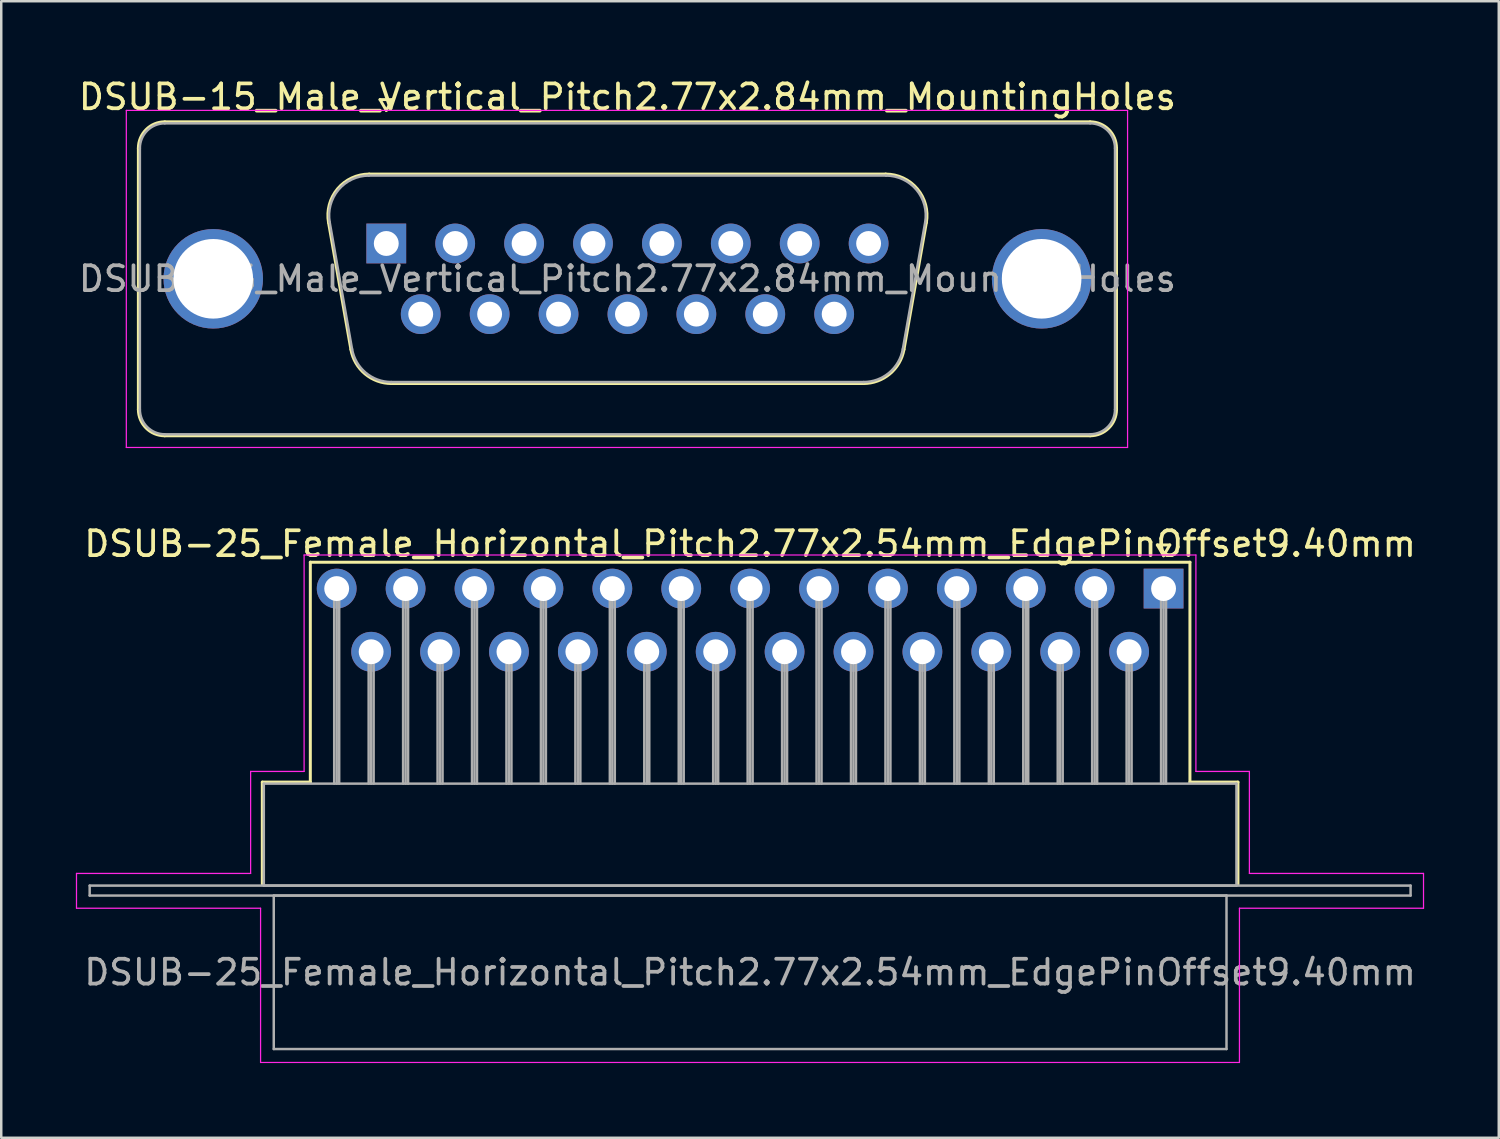
<source format=kicad_pcb>
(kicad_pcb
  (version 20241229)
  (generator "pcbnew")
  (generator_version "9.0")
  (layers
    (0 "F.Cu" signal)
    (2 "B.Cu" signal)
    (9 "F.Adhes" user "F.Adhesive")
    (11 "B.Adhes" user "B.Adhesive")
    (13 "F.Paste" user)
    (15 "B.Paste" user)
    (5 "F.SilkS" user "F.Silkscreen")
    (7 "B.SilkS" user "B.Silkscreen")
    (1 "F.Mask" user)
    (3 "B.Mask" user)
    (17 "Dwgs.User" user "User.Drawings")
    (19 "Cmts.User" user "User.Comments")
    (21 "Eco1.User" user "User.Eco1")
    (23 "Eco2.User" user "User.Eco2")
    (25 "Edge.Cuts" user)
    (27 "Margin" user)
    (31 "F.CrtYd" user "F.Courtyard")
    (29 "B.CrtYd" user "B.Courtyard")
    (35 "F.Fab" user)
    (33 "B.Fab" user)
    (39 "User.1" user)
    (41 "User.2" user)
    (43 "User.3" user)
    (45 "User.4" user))
  (footprint "DSUB-25_Female_Horizontal_Pitch2.77x2.54mm_EdgePinOffset9.40mm"
    (layer "F.Cu")
    (at 43.725 20.611)
    (property "Reference" "DSUB-25_Female_Horizontal_Pitch2.77x2.54mm_EdgePinOffset9.40mm" (at -16.62 -1.8 0) (layer "F.SilkS") (effects (font (size 1 1) (thickness 0.15))))
    (attr through_hole)
    (fp_line (start -36.23 7.78) (end -34.3 7.78) (stroke (width 0.12) (type solid)) (layer "F.SilkS"))
    (fp_line (start -36.23 11.88) (end -36.23 7.78) (stroke (width 0.12) (type solid)) (layer "F.SilkS"))
    (fp_line (start -34.3 -1.06) (end 1.06 -1.06) (stroke (width 0.12) (type solid)) (layer "F.SilkS"))
    (fp_line (start -34.3 7.78) (end -34.3 -1.06) (stroke (width 0.12) (type solid)) (layer "F.SilkS"))
    (fp_line (start -0.25 -1.754) (end 0.25 -1.754) (stroke (width 0.12) (type solid)) (layer "F.SilkS"))
    (fp_line (start 0 -1.321) (end -0.25 -1.754) (stroke (width 0.12) (type solid)) (layer "F.SilkS"))
    (fp_line (start 0.25 -1.754) (end 0 -1.321) (stroke (width 0.12) (type solid)) (layer "F.SilkS"))
    (fp_line (start 1.06 -1.06) (end 1.06 7.78) (stroke (width 0.12) (type solid)) (layer "F.SilkS"))
    (fp_line (start 1.06 7.78) (end 2.99 7.78) (stroke (width 0.12) (type solid)) (layer "F.SilkS"))
    (fp_line (start 2.99 7.78) (end 2.99 11.88) (stroke (width 0.12) (type solid)) (layer "F.SilkS"))
    (fp_line (start -43.7 11.45) (end -36.7 11.45) (stroke (width 0.05) (type solid)) (layer "F.CrtYd"))
    (fp_line (start -43.7 12.85) (end -43.7 11.45) (stroke (width 0.05) (type solid)) (layer "F.CrtYd"))
    (fp_line (start -36.7 7.35) (end -34.55 7.35) (stroke (width 0.05) (type solid)) (layer "F.CrtYd"))
    (fp_line (start -36.7 11.45) (end -36.7 7.35) (stroke (width 0.05) (type solid)) (layer "F.CrtYd"))
    (fp_line (start -36.3 12.85) (end -43.7 12.85) (stroke (width 0.05) (type solid)) (layer "F.CrtYd"))
    (fp_line (start -36.3 19.05) (end -36.3 12.85) (stroke (width 0.05) (type solid)) (layer "F.CrtYd"))
    (fp_line (start -34.55 -1.35) (end 1.3 -1.35) (stroke (width 0.05) (type solid)) (layer "F.CrtYd"))
    (fp_line (start -34.55 7.35) (end -34.55 -1.35) (stroke (width 0.05) (type solid)) (layer "F.CrtYd"))
    (fp_line (start 1.3 -1.35) (end 1.3 7.35) (stroke (width 0.05) (type solid)) (layer "F.CrtYd"))
    (fp_line (start 1.3 7.35) (end 3.45 7.35) (stroke (width 0.05) (type solid)) (layer "F.CrtYd"))
    (fp_line (start 3.05 12.85) (end 3.05 19.05) (stroke (width 0.05) (type solid)) (layer "F.CrtYd"))
    (fp_line (start 3.05 19.05) (end -36.3 19.05) (stroke (width 0.05) (type solid)) (layer "F.CrtYd"))
    (fp_line (start 3.45 7.35) (end 3.45 11.45) (stroke (width 0.05) (type solid)) (layer "F.CrtYd"))
    (fp_line (start 3.45 11.45) (end 10.45 11.45) (stroke (width 0.05) (type solid)) (layer "F.CrtYd"))
    (fp_line (start 10.45 11.45) (end 10.45 12.85) (stroke (width 0.05) (type solid)) (layer "F.CrtYd"))
    (fp_line (start 10.45 12.85) (end 3.05 12.85) (stroke (width 0.05) (type solid)) (layer "F.CrtYd"))
    (fp_line (start -43.17 11.94) (end -43.17 12.34) (stroke (width 0.1) (type solid)) (layer "F.Fab"))
    (fp_line (start -43.17 12.34) (end 9.93 12.34) (stroke (width 0.1) (type solid)) (layer "F.Fab"))
    (fp_line (start -36.17 7.84) (end -36.17 11.94) (stroke (width 0.1) (type solid)) (layer "F.Fab"))
    (fp_line (start -36.17 11.94) (end 2.93 11.94) (stroke (width 0.1) (type solid)) (layer "F.Fab"))
    (fp_line (start -35.77 12.34) (end -35.77 18.51) (stroke (width 0.1) (type solid)) (layer "F.Fab"))
    (fp_line (start -35.77 18.51) (end 2.53 18.51) (stroke (width 0.1) (type solid)) (layer "F.Fab"))
    (fp_line (start -33.34 0) (end -33.34 7.84) (stroke (width 0.1) (type solid)) (layer "F.Fab"))
    (fp_line (start -33.24 0) (end -33.24 7.84) (stroke (width 0.1) (type solid)) (layer "F.Fab"))
    (fp_line (start -33.14 0) (end -33.14 7.84) (stroke (width 0.1) (type solid)) (layer "F.Fab"))
    (fp_line (start -31.955 2.54) (end -31.955 7.84) (stroke (width 0.1) (type solid)) (layer "F.Fab"))
    (fp_line (start -31.855 2.54) (end -31.855 7.84) (stroke (width 0.1) (type solid)) (layer "F.Fab"))
    (fp_line (start -31.755 2.54) (end -31.755 7.84) (stroke (width 0.1) (type solid)) (layer "F.Fab"))
    (fp_line (start -30.57 0) (end -30.57 7.84) (stroke (width 0.1) (type solid)) (layer "F.Fab"))
    (fp_line (start -30.47 0) (end -30.47 7.84) (stroke (width 0.1) (type solid)) (layer "F.Fab"))
    (fp_line (start -30.37 0) (end -30.37 7.84) (stroke (width 0.1) (type solid)) (layer "F.Fab"))
    (fp_line (start -29.185 2.54) (end -29.185 7.84) (stroke (width 0.1) (type solid)) (layer "F.Fab"))
    (fp_line (start -29.085 2.54) (end -29.085 7.84) (stroke (width 0.1) (type solid)) (layer "F.Fab"))
    (fp_line (start -28.985 2.54) (end -28.985 7.84) (stroke (width 0.1) (type solid)) (layer "F.Fab"))
    (fp_line (start -27.8 0) (end -27.8 7.84) (stroke (width 0.1) (type solid)) (layer "F.Fab"))
    (fp_line (start -27.7 0) (end -27.7 7.84) (stroke (width 0.1) (type solid)) (layer "F.Fab"))
    (fp_line (start -27.6 0) (end -27.6 7.84) (stroke (width 0.1) (type solid)) (layer "F.Fab"))
    (fp_line (start -26.415 2.54) (end -26.415 7.84) (stroke (width 0.1) (type solid)) (layer "F.Fab"))
    (fp_line (start -26.315 2.54) (end -26.315 7.84) (stroke (width 0.1) (type solid)) (layer "F.Fab"))
    (fp_line (start -26.215 2.54) (end -26.215 7.84) (stroke (width 0.1) (type solid)) (layer "F.Fab"))
    (fp_line (start -25.03 0) (end -25.03 7.84) (stroke (width 0.1) (type solid)) (layer "F.Fab"))
    (fp_line (start -24.93 0) (end -24.93 7.84) (stroke (width 0.1) (type solid)) (layer "F.Fab"))
    (fp_line (start -24.83 0) (end -24.83 7.84) (stroke (width 0.1) (type solid)) (layer "F.Fab"))
    (fp_line (start -23.645 2.54) (end -23.645 7.84) (stroke (width 0.1) (type solid)) (layer "F.Fab"))
    (fp_line (start -23.545 2.54) (end -23.545 7.84) (stroke (width 0.1) (type solid)) (layer "F.Fab"))
    (fp_line (start -23.445 2.54) (end -23.445 7.84) (stroke (width 0.1) (type solid)) (layer "F.Fab"))
    (fp_line (start -22.26 0) (end -22.26 7.84) (stroke (width 0.1) (type solid)) (layer "F.Fab"))
    (fp_line (start -22.16 0) (end -22.16 7.84) (stroke (width 0.1) (type solid)) (layer "F.Fab"))
    (fp_line (start -22.06 0) (end -22.06 7.84) (stroke (width 0.1) (type solid)) (layer "F.Fab"))
    (fp_line (start -20.875 2.54) (end -20.875 7.84) (stroke (width 0.1) (type solid)) (layer "F.Fab"))
    (fp_line (start -20.775 2.54) (end -20.775 7.84) (stroke (width 0.1) (type solid)) (layer "F.Fab"))
    (fp_line (start -20.675 2.54) (end -20.675 7.84) (stroke (width 0.1) (type solid)) (layer "F.Fab"))
    (fp_line (start -19.49 0) (end -19.49 7.84) (stroke (width 0.1) (type solid)) (layer "F.Fab"))
    (fp_line (start -19.39 0) (end -19.39 7.84) (stroke (width 0.1) (type solid)) (layer "F.Fab"))
    (fp_line (start -19.29 0) (end -19.29 7.84) (stroke (width 0.1) (type solid)) (layer "F.Fab"))
    (fp_line (start -18.105 2.54) (end -18.105 7.84) (stroke (width 0.1) (type solid)) (layer "F.Fab"))
    (fp_line (start -18.005 2.54) (end -18.005 7.84) (stroke (width 0.1) (type solid)) (layer "F.Fab"))
    (fp_line (start -17.905 2.54) (end -17.905 7.84) (stroke (width 0.1) (type solid)) (layer "F.Fab"))
    (fp_line (start -16.72 0) (end -16.72 7.84) (stroke (width 0.1) (type solid)) (layer "F.Fab"))
    (fp_line (start -16.62 0) (end -16.62 7.84) (stroke (width 0.1) (type solid)) (layer "F.Fab"))
    (fp_line (start -16.52 0) (end -16.52 7.84) (stroke (width 0.1) (type solid)) (layer "F.Fab"))
    (fp_line (start -15.335 2.54) (end -15.335 7.84) (stroke (width 0.1) (type solid)) (layer "F.Fab"))
    (fp_line (start -15.235 2.54) (end -15.235 7.84) (stroke (width 0.1) (type solid)) (layer "F.Fab"))
    (fp_line (start -15.135 2.54) (end -15.135 7.84) (stroke (width 0.1) (type solid)) (layer "F.Fab"))
    (fp_line (start -13.95 0) (end -13.95 7.84) (stroke (width 0.1) (type solid)) (layer "F.Fab"))
    (fp_line (start -13.85 0) (end -13.85 7.84) (stroke (width 0.1) (type solid)) (layer "F.Fab"))
    (fp_line (start -13.75 0) (end -13.75 7.84) (stroke (width 0.1) (type solid)) (layer "F.Fab"))
    (fp_line (start -12.565 2.54) (end -12.565 7.84) (stroke (width 0.1) (type solid)) (layer "F.Fab"))
    (fp_line (start -12.465 2.54) (end -12.465 7.84) (stroke (width 0.1) (type solid)) (layer "F.Fab"))
    (fp_line (start -12.365 2.54) (end -12.365 7.84) (stroke (width 0.1) (type solid)) (layer "F.Fab"))
    (fp_line (start -11.18 0) (end -11.18 7.84) (stroke (width 0.1) (type solid)) (layer "F.Fab"))
    (fp_line (start -11.08 0) (end -11.08 7.84) (stroke (width 0.1) (type solid)) (layer "F.Fab"))
    (fp_line (start -10.98 0) (end -10.98 7.84) (stroke (width 0.1) (type solid)) (layer "F.Fab"))
    (fp_line (start -9.795 2.54) (end -9.795 7.84) (stroke (width 0.1) (type solid)) (layer "F.Fab"))
    (fp_line (start -9.695 2.54) (end -9.695 7.84) (stroke (width 0.1) (type solid)) (layer "F.Fab"))
    (fp_line (start -9.595 2.54) (end -9.595 7.84) (stroke (width 0.1) (type solid)) (layer "F.Fab"))
    (fp_line (start -8.41 0) (end -8.41 7.84) (stroke (width 0.1) (type solid)) (layer "F.Fab"))
    (fp_line (start -8.31 0) (end -8.31 7.84) (stroke (width 0.1) (type solid)) (layer "F.Fab"))
    (fp_line (start -8.21 0) (end -8.21 7.84) (stroke (width 0.1) (type solid)) (layer "F.Fab"))
    (fp_line (start -7.025 2.54) (end -7.025 7.84) (stroke (width 0.1) (type solid)) (layer "F.Fab"))
    (fp_line (start -6.925 2.54) (end -6.925 7.84) (stroke (width 0.1) (type solid)) (layer "F.Fab"))
    (fp_line (start -6.825 2.54) (end -6.825 7.84) (stroke (width 0.1) (type solid)) (layer "F.Fab"))
    (fp_line (start -5.64 0) (end -5.64 7.84) (stroke (width 0.1) (type solid)) (layer "F.Fab"))
    (fp_line (start -5.54 0) (end -5.54 7.84) (stroke (width 0.1) (type solid)) (layer "F.Fab"))
    (fp_line (start -5.44 0) (end -5.44 7.84) (stroke (width 0.1) (type solid)) (layer "F.Fab"))
    (fp_line (start -4.255 2.54) (end -4.255 7.84) (stroke (width 0.1) (type solid)) (layer "F.Fab"))
    (fp_line (start -4.155 2.54) (end -4.155 7.84) (stroke (width 0.1) (type solid)) (layer "F.Fab"))
    (fp_line (start -4.055 2.54) (end -4.055 7.84) (stroke (width 0.1) (type solid)) (layer "F.Fab"))
    (fp_line (start -2.87 0) (end -2.87 7.84) (stroke (width 0.1) (type solid)) (layer "F.Fab"))
    (fp_line (start -2.77 0) (end -2.77 7.84) (stroke (width 0.1) (type solid)) (layer "F.Fab"))
    (fp_line (start -2.67 0) (end -2.67 7.84) (stroke (width 0.1) (type solid)) (layer "F.Fab"))
    (fp_line (start -1.485 2.54) (end -1.485 7.84) (stroke (width 0.1) (type solid)) (layer "F.Fab"))
    (fp_line (start -1.385 2.54) (end -1.385 7.84) (stroke (width 0.1) (type solid)) (layer "F.Fab"))
    (fp_line (start -1.285 2.54) (end -1.285 7.84) (stroke (width 0.1) (type solid)) (layer "F.Fab"))
    (fp_line (start -0.1 0) (end -0.1 7.84) (stroke (width 0.1) (type solid)) (layer "F.Fab"))
    (fp_line (start 0 0) (end 0 7.84) (stroke (width 0.1) (type solid)) (layer "F.Fab"))
    (fp_line (start 0.1 0) (end 0.1 7.84) (stroke (width 0.1) (type solid)) (layer "F.Fab"))
    (fp_line (start 2.53 12.34) (end -35.77 12.34) (stroke (width 0.1) (type solid)) (layer "F.Fab"))
    (fp_line (start 2.53 18.51) (end 2.53 12.34) (stroke (width 0.1) (type solid)) (layer "F.Fab"))
    (fp_line (start 2.93 7.84) (end -36.17 7.84) (stroke (width 0.1) (type solid)) (layer "F.Fab"))
    (fp_line (start 2.93 11.94) (end 2.93 7.84) (stroke (width 0.1) (type solid)) (layer "F.Fab"))
    (fp_line (start 9.93 11.94) (end -43.17 11.94) (stroke (width 0.1) (type solid)) (layer "F.Fab"))
    (fp_line (start 9.93 12.34) (end 9.93 11.94) (stroke (width 0.1) (type solid)) (layer "F.Fab"))
    (fp_text user "${REFERENCE}" (at -16.62 15.425 0) (layer "F.Fab") (effects (font (size 1 1) (thickness 0.15))))
    (pad "1" thru_hole rect (at 0 0) (size 1.6 1.6) (drill 1) (layers "*.Cu" "*.Mask"))
    (pad "2" thru_hole circle (at -2.77 0) (size 1.6 1.6) (drill 1) (layers "*.Cu" "*.Mask"))
    (pad "3" thru_hole circle (at -5.54 0) (size 1.6 1.6) (drill 1) (layers "*.Cu" "*.Mask"))
    (pad "4" thru_hole circle (at -8.31 0) (size 1.6 1.6) (drill 1) (layers "*.Cu" "*.Mask"))
    (pad "5" thru_hole circle (at -11.08 0) (size 1.6 1.6) (drill 1) (layers "*.Cu" "*.Mask"))
    (pad "6" thru_hole circle (at -13.85 0) (size 1.6 1.6) (drill 1) (layers "*.Cu" "*.Mask"))
    (pad "7" thru_hole circle (at -16.62 0) (size 1.6 1.6) (drill 1) (layers "*.Cu" "*.Mask"))
    (pad "8" thru_hole circle (at -19.39 0) (size 1.6 1.6) (drill 1) (layers "*.Cu" "*.Mask"))
    (pad "9" thru_hole circle (at -22.16 0) (size 1.6 1.6) (drill 1) (layers "*.Cu" "*.Mask"))
    (pad "10" thru_hole circle (at -24.93 0) (size 1.6 1.6) (drill 1) (layers "*.Cu" "*.Mask"))
    (pad "11" thru_hole circle (at -27.7 0) (size 1.6 1.6) (drill 1) (layers "*.Cu" "*.Mask"))
    (pad "12" thru_hole circle (at -30.47 0) (size 1.6 1.6) (drill 1) (layers "*.Cu" "*.Mask"))
    (pad "13" thru_hole circle (at -33.24 0) (size 1.6 1.6) (drill 1) (layers "*.Cu" "*.Mask"))
    (pad "14" thru_hole circle (at -1.385 2.54) (size 1.6 1.6) (drill 1) (layers "*.Cu" "*.Mask"))
    (pad "15" thru_hole circle (at -4.155 2.54) (size 1.6 1.6) (drill 1) (layers "*.Cu" "*.Mask"))
    (pad "16" thru_hole circle (at -6.925 2.54) (size 1.6 1.6) (drill 1) (layers "*.Cu" "*.Mask"))
    (pad "17" thru_hole circle (at -9.695 2.54) (size 1.6 1.6) (drill 1) (layers "*.Cu" "*.Mask"))
    (pad "18" thru_hole circle (at -12.465 2.54) (size 1.6 1.6) (drill 1) (layers "*.Cu" "*.Mask"))
    (pad "19" thru_hole circle (at -15.235 2.54) (size 1.6 1.6) (drill 1) (layers "*.Cu" "*.Mask"))
    (pad "20" thru_hole circle (at -18.005 2.54) (size 1.6 1.6) (drill 1) (layers "*.Cu" "*.Mask"))
    (pad "21" thru_hole circle (at -20.775 2.54) (size 1.6 1.6) (drill 1) (layers "*.Cu" "*.Mask"))
    (pad "22" thru_hole circle (at -23.545 2.54) (size 1.6 1.6) (drill 1) (layers "*.Cu" "*.Mask"))
    (pad "23" thru_hole circle (at -26.315 2.54) (size 1.6 1.6) (drill 1) (layers "*.Cu" "*.Mask"))
    (pad "24" thru_hole circle (at -29.085 2.54) (size 1.6 1.6) (drill 1) (layers "*.Cu" "*.Mask"))
    (pad "25" thru_hole circle (at -31.855 2.54) (size 1.6 1.6) (drill 1) (layers "*.Cu" "*.Mask")))
  (footprint "DSUB-15_Male_Vertical_Pitch2.77x2.84mm_MountingHoles"
    (layer "F.Cu")
    (at 12.478 6.738)
    (property "Reference" "DSUB-15_Male_Vertical_Pitch2.77x2.84mm_MountingHoles" (at 9.695 -5.89 0) (layer "F.SilkS") (effects (font (size 1 1) (thickness 0.15))))
    (attr through_hole)
    (fp_line (start -9.965 6.67) (end -9.965 -3.83) (stroke (width 0.12) (type solid)) (layer "F.SilkS"))
    (fp_line (start -8.905 -4.89) (end 28.295 -4.89) (stroke (width 0.12) (type solid)) (layer "F.SilkS"))
    (fp_line (start -2.321 -0.842) (end -1.422 4.258) (stroke (width 0.12) (type solid)) (layer "F.SilkS"))
    (fp_line (start -0.687 -2.79) (end 20.077 -2.79) (stroke (width 0.12) (type solid)) (layer "F.SilkS"))
    (fp_line (start -0.25 -5.784) (end 0.25 -5.784) (stroke (width 0.12) (type solid)) (layer "F.SilkS"))
    (fp_line (start 0 -5.351) (end -0.25 -5.784) (stroke (width 0.12) (type solid)) (layer "F.SilkS"))
    (fp_line (start 0.213 5.63) (end 19.177 5.63) (stroke (width 0.12) (type solid)) (layer "F.SilkS"))
    (fp_line (start 0.25 -5.784) (end 0 -5.351) (stroke (width 0.12) (type solid)) (layer "F.SilkS"))
    (fp_line (start 21.711 -0.842) (end 20.812 4.258) (stroke (width 0.12) (type solid)) (layer "F.SilkS"))
    (fp_line (start 28.295 7.73) (end -8.905 7.73) (stroke (width 0.12) (type solid)) (layer "F.SilkS"))
    (fp_line (start 29.355 -3.83) (end 29.355 6.67) (stroke (width 0.12) (type solid)) (layer "F.SilkS"))
    (fp_arc (start -9.965 -3.83) (mid -9.654533 -4.579533) (end -8.905 -4.89) (stroke (width 0.12) (type solid)) (layer "F.SilkS"))
    (fp_arc (start -8.905 7.73) (mid -9.654533 7.419533) (end -9.965 6.67) (stroke (width 0.12) (type solid)) (layer "F.SilkS"))
    (fp_arc (start -2.32147 -0.841744) (mid -1.958323 -2.197028) (end -0.686689 -2.79) (stroke (width 0.12) (type solid)) (layer "F.SilkS"))
    (fp_arc (start 0.212579 5.63) (mid -0.854448 5.241634) (end -1.422202 4.258256) (stroke (width 0.12) (type solid)) (layer "F.SilkS"))
    (fp_arc (start 20.076689 -2.79) (mid 21.348323 -2.197027) (end 21.71147 -0.841744) (stroke (width 0.12) (type solid)) (layer "F.SilkS"))
    (fp_arc (start 20.812202 4.258256) (mid 20.244449 5.241634) (end 19.177421 5.63) (stroke (width 0.12) (type solid)) (layer "F.SilkS"))
    (fp_arc (start 28.295 -4.89) (mid 29.044533 -4.579533) (end 29.355 -3.83) (stroke (width 0.12) (type solid)) (layer "F.SilkS"))
    (fp_arc (start 29.355 6.67) (mid 29.044533 7.419533) (end 28.295 7.73) (stroke (width 0.12) (type solid)) (layer "F.SilkS"))
    (fp_line (start -10.45 -5.35) (end -10.45 8.2) (stroke (width 0.05) (type solid)) (layer "F.CrtYd"))
    (fp_line (start -10.45 8.2) (end 29.8 8.2) (stroke (width 0.05) (type solid)) (layer "F.CrtYd"))
    (fp_line (start 29.8 -5.35) (end -10.45 -5.35) (stroke (width 0.05) (type solid)) (layer "F.CrtYd"))
    (fp_line (start 29.8 8.2) (end 29.8 -5.35) (stroke (width 0.05) (type solid)) (layer "F.CrtYd"))
    (fp_line (start -9.905 6.67) (end -9.905 -3.83) (stroke (width 0.1) (type solid)) (layer "F.Fab"))
    (fp_line (start -8.905 -4.83) (end 28.295 -4.83) (stroke (width 0.1) (type solid)) (layer "F.Fab"))
    (fp_line (start -2.274 -0.852) (end -1.375 4.248) (stroke (width 0.1) (type solid)) (layer "F.Fab"))
    (fp_line (start -0.698 -2.73) (end 20.088 -2.73) (stroke (width 0.1) (type solid)) (layer "F.Fab"))
    (fp_line (start 0.201 5.57) (end 19.189 5.57) (stroke (width 0.1) (type solid)) (layer "F.Fab"))
    (fp_line (start 21.664 -0.852) (end 20.765 4.248) (stroke (width 0.1) (type solid)) (layer "F.Fab"))
    (fp_line (start 28.295 7.67) (end -8.905 7.67) (stroke (width 0.1) (type solid)) (layer "F.Fab"))
    (fp_line (start 29.295 -3.83) (end 29.295 6.67) (stroke (width 0.1) (type solid)) (layer "F.Fab"))
    (fp_arc (start -9.905 -3.83) (mid -9.612107 -4.537107) (end -8.905 -4.83) (stroke (width 0.1) (type solid)) (layer "F.Fab"))
    (fp_arc (start -8.905 7.67) (mid -9.612107 7.377107) (end -9.905 6.67) (stroke (width 0.1) (type solid)) (layer "F.Fab"))
    (fp_arc (start -2.273886 -0.852163) (mid -1.923865 -2.15846) (end -0.698194 -2.73) (stroke (width 0.1) (type solid)) (layer "F.Fab"))
    (fp_arc (start 0.201073 5.57) (mid -0.827387 5.195671) (end -1.374619 4.247837) (stroke (width 0.1) (type solid)) (layer "F.Fab"))
    (fp_arc (start 20.088194 -2.73) (mid 21.313865 -2.15846) (end 21.663886 -0.852163) (stroke (width 0.1) (type solid)) (layer "F.Fab"))
    (fp_arc (start 20.764619 4.247837) (mid 20.217387 5.195671) (end 19.188927 5.57) (stroke (width 0.1) (type solid)) (layer "F.Fab"))
    (fp_arc (start 28.295 -4.83) (mid 29.002107 -4.537107) (end 29.295 -3.83) (stroke (width 0.1) (type solid)) (layer "F.Fab"))
    (fp_arc (start 29.295 6.67) (mid 29.002107 7.377107) (end 28.295 7.67) (stroke (width 0.1) (type solid)) (layer "F.Fab"))
    (fp_text user "${REFERENCE}" (at 9.695 1.42 0) (layer "F.Fab") (effects (font (size 1 1) (thickness 0.15))))
    (pad "0" thru_hole circle (at -6.955 1.42) (size 4 4) (drill 3.2) (layers "*.Cu" "*.Mask"))
    (pad "0" thru_hole circle (at 26.345 1.42) (size 4 4) (drill 3.2) (layers "*.Cu" "*.Mask"))
    (pad "1" thru_hole rect (at 0 0) (size 1.6 1.6) (drill 1) (layers "*.Cu" "*.Mask"))
    (pad "2" thru_hole circle (at 2.77 0) (size 1.6 1.6) (drill 1) (layers "*.Cu" "*.Mask"))
    (pad "3" thru_hole circle (at 5.54 0) (size 1.6 1.6) (drill 1) (layers "*.Cu" "*.Mask"))
    (pad "4" thru_hole circle (at 8.31 0) (size 1.6 1.6) (drill 1) (layers "*.Cu" "*.Mask"))
    (pad "5" thru_hole circle (at 11.08 0) (size 1.6 1.6) (drill 1) (layers "*.Cu" "*.Mask"))
    (pad "6" thru_hole circle (at 13.85 0) (size 1.6 1.6) (drill 1) (layers "*.Cu" "*.Mask"))
    (pad "7" thru_hole circle (at 16.62 0) (size 1.6 1.6) (drill 1) (layers "*.Cu" "*.Mask"))
    (pad "8" thru_hole circle (at 19.39 0) (size 1.6 1.6) (drill 1) (layers "*.Cu" "*.Mask"))
    (pad "9" thru_hole circle (at 1.385 2.84) (size 1.6 1.6) (drill 1) (layers "*.Cu" "*.Mask"))
    (pad "10" thru_hole circle (at 4.155 2.84) (size 1.6 1.6) (drill 1) (layers "*.Cu" "*.Mask"))
    (pad "11" thru_hole circle (at 6.925 2.84) (size 1.6 1.6) (drill 1) (layers "*.Cu" "*.Mask"))
    (pad "12" thru_hole circle (at 9.695 2.84) (size 1.6 1.6) (drill 1) (layers "*.Cu" "*.Mask"))
    (pad "13" thru_hole circle (at 12.465 2.84) (size 1.6 1.6) (drill 1) (layers "*.Cu" "*.Mask"))
    (pad "14" thru_hole circle (at 15.235 2.84) (size 1.6 1.6) (drill 1) (layers "*.Cu" "*.Mask"))
    (pad "15" thru_hole circle (at 18.005 2.84) (size 1.6 1.6) (drill 1) (layers "*.Cu" "*.Mask")))
  (gr_rect
    (start -3 -3)
    (end 57.2 42.687)
    (stroke (width 0.1) (type default))
    (fill no)
    (layer "Edge.Cuts")))
</source>
